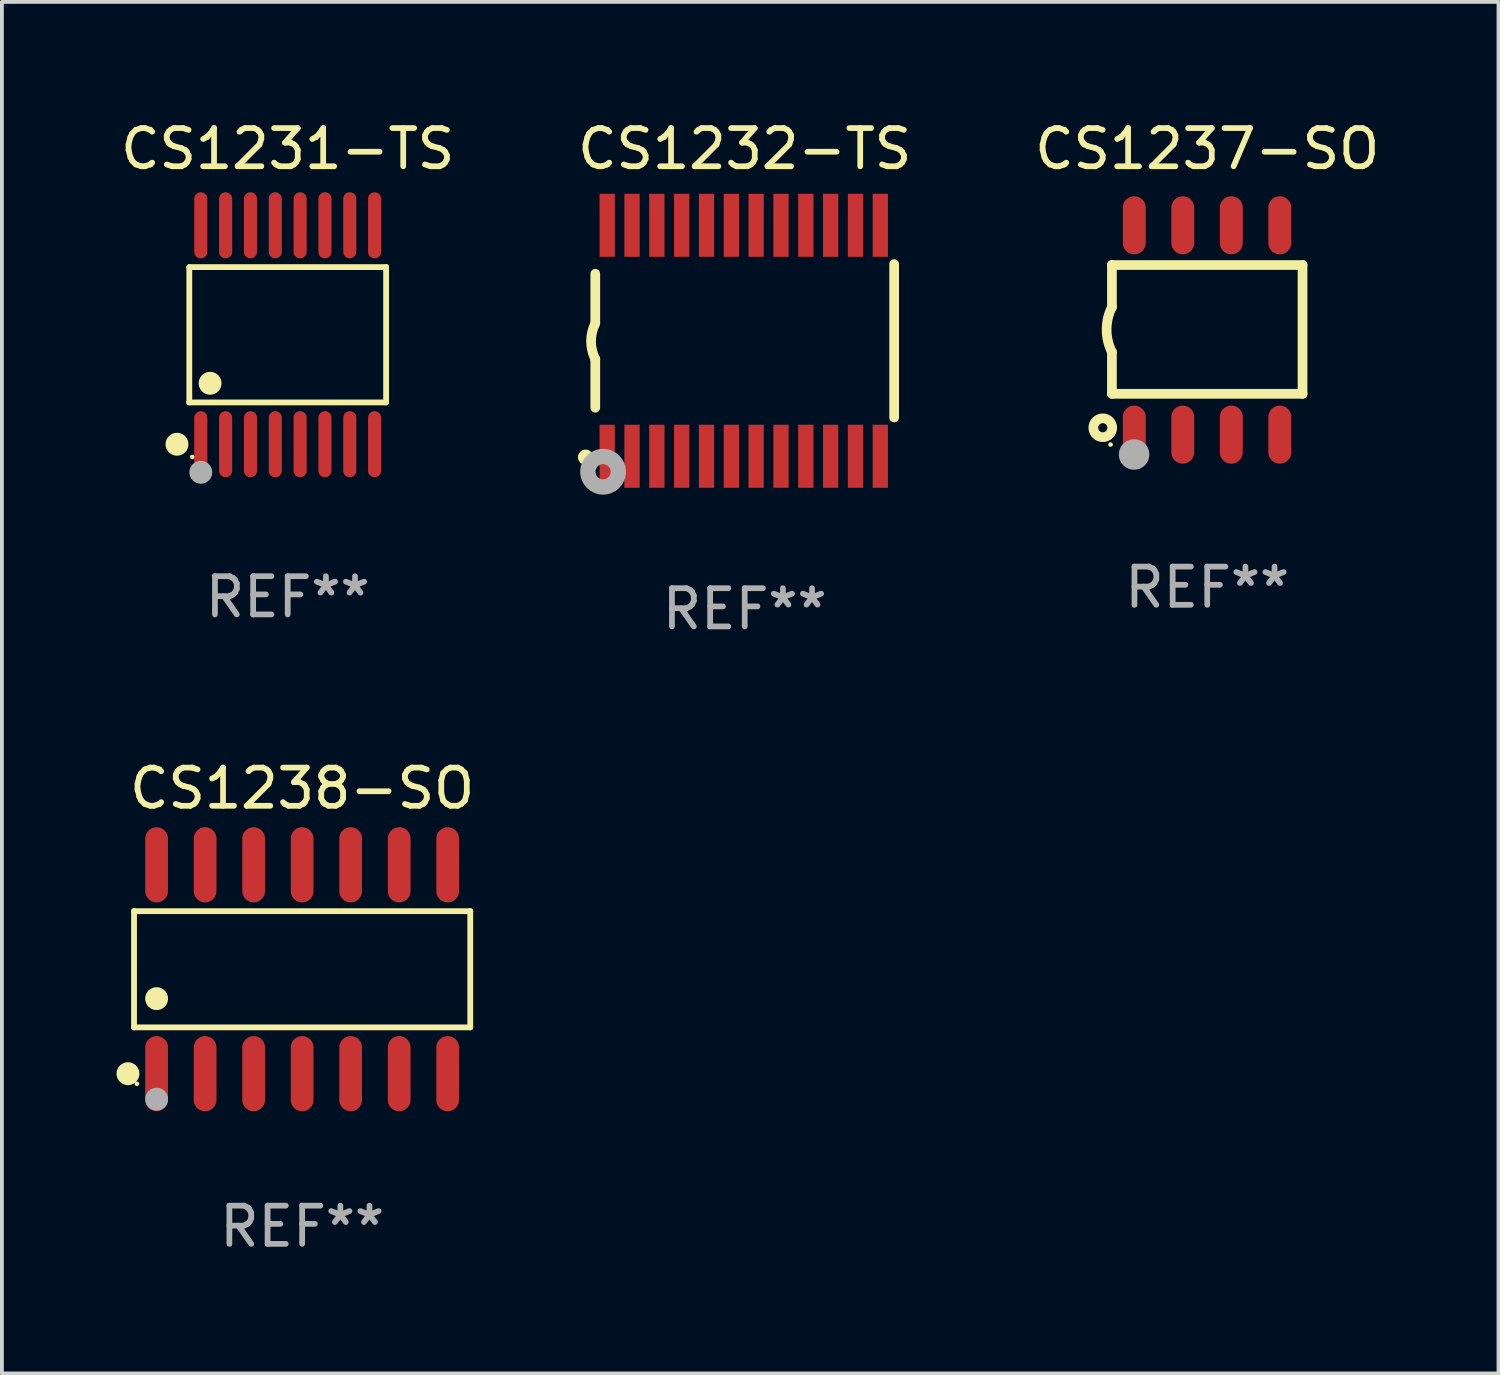
<source format=kicad_pcb>
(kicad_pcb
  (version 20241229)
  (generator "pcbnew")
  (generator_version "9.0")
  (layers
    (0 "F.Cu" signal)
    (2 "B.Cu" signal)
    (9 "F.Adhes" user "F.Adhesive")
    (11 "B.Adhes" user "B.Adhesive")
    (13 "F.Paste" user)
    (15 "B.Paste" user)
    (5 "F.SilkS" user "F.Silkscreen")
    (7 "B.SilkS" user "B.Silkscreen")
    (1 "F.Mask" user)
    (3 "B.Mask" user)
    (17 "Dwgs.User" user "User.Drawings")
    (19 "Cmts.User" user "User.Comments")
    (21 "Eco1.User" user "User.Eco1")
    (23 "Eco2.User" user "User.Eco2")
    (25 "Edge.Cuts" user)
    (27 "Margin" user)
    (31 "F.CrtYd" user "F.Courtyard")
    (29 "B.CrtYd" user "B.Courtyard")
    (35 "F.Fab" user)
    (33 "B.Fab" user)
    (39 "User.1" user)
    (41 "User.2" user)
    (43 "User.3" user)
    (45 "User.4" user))
  (footprint "CS1231-TS"
    (layer "F.Cu")
    (at 4.482 5.714)
    (property "Reference" "CS1231-TS" (at 0 -4.866 0) (layer "F.SilkS") (effects (font (size 1 1) (thickness 0.15))))
    (attr through_hole)
    (fp_line (start -2.576 -1.772) (end 2.576 -1.772) (stroke (width 0.152) (type solid)) (layer "F.SilkS"))
    (fp_line (start -2.576 1.771) (end -2.576 -1.772) (stroke (width 0.152) (type solid)) (layer "F.SilkS"))
    (fp_line (start 2.576 -1.772) (end 2.576 1.771) (stroke (width 0.152) (type solid)) (layer "F.SilkS"))
    (fp_line (start 2.576 1.771) (end -2.576 1.771) (stroke (width 0.152) (type solid)) (layer "F.SilkS"))
    (fp_circle (center -2.899 2.866) (end -2.749 2.866) (stroke (width 0.3) (type solid)) (fill no) (layer "F.SilkS"))
    (fp_circle (center -2.5 3.2) (end -2.47 3.2) (stroke (width 0.06) (type solid)) (fill no) (layer "F.SilkS"))
    (fp_circle (center -2.032 1.27) (end -1.882 1.27) (stroke (width 0.3) (type solid)) (fill no) (layer "F.SilkS"))
    (fp_circle (center -2.275 3.6) (end -2.125 3.6) (stroke (width 0.3) (type solid)) (fill no) (layer "F.Fab"))
    (fp_text user "REF**" (at 0 6.866 0) (layer "F.Fab") (effects (font (size 1 1) (thickness 0.15))))
    (pad "1" smd oval (at -2.275 2.866) (size 0.343 1.731) (layers "F.Cu" "F.Mask" "F.Paste"))
    (pad "2" smd oval (at -1.625 2.866) (size 0.343 1.731) (layers "F.Cu" "F.Mask" "F.Paste"))
    (pad "3" smd oval (at -0.975 2.866) (size 0.343 1.731) (layers "F.Cu" "F.Mask" "F.Paste"))
    (pad "4" smd oval (at -0.325 2.866) (size 0.343 1.731) (layers "F.Cu" "F.Mask" "F.Paste"))
    (pad "5" smd oval (at 0.325 2.866) (size 0.343 1.731) (layers "F.Cu" "F.Mask" "F.Paste"))
    (pad "6" smd oval (at 0.975 2.866) (size 0.343 1.731) (layers "F.Cu" "F.Mask" "F.Paste"))
    (pad "7" smd oval (at 1.625 2.866) (size 0.343 1.731) (layers "F.Cu" "F.Mask" "F.Paste"))
    (pad "8" smd oval (at 2.275 2.866) (size 0.343 1.731) (layers "F.Cu" "F.Mask" "F.Paste"))
    (pad "9" smd oval (at 2.275 -2.866) (size 0.343 1.731) (layers "F.Cu" "F.Mask" "F.Paste"))
    (pad "10" smd oval (at 1.625 -2.866) (size 0.343 1.731) (layers "F.Cu" "F.Mask" "F.Paste"))
    (pad "11" smd oval (at 0.975 -2.866) (size 0.343 1.731) (layers "F.Cu" "F.Mask" "F.Paste"))
    (pad "12" smd oval (at 0.325 -2.866) (size 0.343 1.731) (layers "F.Cu" "F.Mask" "F.Paste"))
    (pad "13" smd oval (at -0.325 -2.866) (size 0.343 1.731) (layers "F.Cu" "F.Mask" "F.Paste"))
    (pad "14" smd oval (at -0.975 -2.866) (size 0.343 1.731) (layers "F.Cu" "F.Mask" "F.Paste"))
    (pad "15" smd oval (at -1.625 -2.866) (size 0.343 1.731) (layers "F.Cu" "F.Mask" "F.Paste"))
    (pad "16" smd oval (at -2.275 -2.866) (size 0.343 1.731) (layers "F.Cu" "F.Mask" "F.Paste")))
  (footprint "CS1238-SO"
    (layer "F.Cu")
    (at 4.86 22.324)
    (property "Reference" "CS1238-SO" (at 0 -4.734 0) (layer "F.SilkS") (effects (font (size 1 1) (thickness 0.15))))
    (attr through_hole)
    (fp_line (start -4.401 -1.521) (end 4.401 -1.521) (stroke (width 0.152) (type solid)) (layer "F.SilkS"))
    (fp_line (start -4.401 1.521) (end -4.401 -1.521) (stroke (width 0.152) (type solid)) (layer "F.SilkS"))
    (fp_line (start 4.401 -1.521) (end 4.401 1.521) (stroke (width 0.152) (type solid)) (layer "F.SilkS"))
    (fp_line (start 4.401 1.521) (end -4.401 1.521) (stroke (width 0.152) (type solid)) (layer "F.SilkS"))
    (fp_circle (center -4.56 2.734) (end -4.41 2.734) (stroke (width 0.3) (type solid)) (fill no) (layer "F.SilkS"))
    (fp_circle (center -4.325 3) (end -4.295 3) (stroke (width 0.06) (type solid)) (fill no) (layer "F.SilkS"))
    (fp_circle (center -3.81 0.769) (end -3.66 0.769) (stroke (width 0.3) (type solid)) (fill no) (layer "F.SilkS"))
    (fp_circle (center -3.81 3.4) (end -3.66 3.4) (stroke (width 0.3) (type solid)) (fill no) (layer "F.Fab"))
    (fp_text user "REF**" (at 0 6.734 0) (layer "F.Fab") (effects (font (size 1 1) (thickness 0.15))))
    (pad "1" smd oval (at -3.81 2.734) (size 0.595 1.968) (layers "F.Cu" "F.Mask" "F.Paste"))
    (pad "2" smd oval (at -2.54 2.734) (size 0.595 1.968) (layers "F.Cu" "F.Mask" "F.Paste"))
    (pad "3" smd oval (at -1.27 2.734) (size 0.595 1.968) (layers "F.Cu" "F.Mask" "F.Paste"))
    (pad "4" smd oval (at 0 2.734) (size 0.595 1.968) (layers "F.Cu" "F.Mask" "F.Paste"))
    (pad "5" smd oval (at 1.27 2.734) (size 0.595 1.968) (layers "F.Cu" "F.Mask" "F.Paste"))
    (pad "6" smd oval (at 2.54 2.734) (size 0.595 1.968) (layers "F.Cu" "F.Mask" "F.Paste"))
    (pad "7" smd oval (at 3.81 2.734) (size 0.595 1.968) (layers "F.Cu" "F.Mask" "F.Paste"))
    (pad "8" smd oval (at 3.81 -2.734) (size 0.595 1.968) (layers "F.Cu" "F.Mask" "F.Paste"))
    (pad "9" smd oval (at 2.54 -2.734) (size 0.595 1.968) (layers "F.Cu" "F.Mask" "F.Paste"))
    (pad "10" smd oval (at 1.27 -2.734) (size 0.595 1.968) (layers "F.Cu" "F.Mask" "F.Paste"))
    (pad "11" smd oval (at 0 -2.734) (size 0.595 1.968) (layers "F.Cu" "F.Mask" "F.Paste"))
    (pad "12" smd oval (at -1.27 -2.734) (size 0.595 1.968) (layers "F.Cu" "F.Mask" "F.Paste"))
    (pad "13" smd oval (at -2.54 -2.734) (size 0.595 1.968) (layers "F.Cu" "F.Mask" "F.Paste"))
    (pad "14" smd oval (at -3.81 -2.734) (size 0.595 1.968) (layers "F.Cu" "F.Mask" "F.Paste")))
  (footprint "CS1232-TS"
    (layer "F.Cu")
    (at 16.446 5.871)
    (property "Reference" "CS1232-TS" (at 0 -5.023 0) (layer "F.SilkS") (effects (font (size 1 1) (thickness 0.15))))
    (attr through_hole)
    (fp_line (start -3.912 -0.483) (end -3.912 -1.753) (stroke (width 0.254) (type solid)) (layer "F.SilkS"))
    (fp_line (start -3.912 1.753) (end -3.912 0.483) (stroke (width 0.254) (type solid)) (layer "F.SilkS"))
    (fp_line (start 3.912 -2.007) (end 3.912 2.007) (stroke (width 0.254) (type solid)) (layer "F.SilkS"))
    (fp_arc (start -3.911608 0.482601) (mid -4.022537 0.0127) (end -3.911608 -0.457201) (stroke (width 0.254001) (type solid)) (layer "F.SilkS"))
    (fp_circle (center -4.166 3.048) (end -4.066 3.048) (stroke (width 0.2) (type solid)) (fill no) (layer "F.SilkS"))
    (fp_circle (center -3.925 3.186) (end -3.895 3.186) (stroke (width 0.06) (type solid)) (fill no) (layer "F.SilkS"))
    (fp_circle (center -3.708 3.429) (end -3.509 3.429) (stroke (width 0.4) (type solid)) (fill no) (layer "F.Fab"))
    (fp_text user "REF**" (at 0 7.023 0) (layer "F.Fab") (effects (font (size 1 1) (thickness 0.15))))
    (pad "1" smd rect (at -3.6 3.023) (size 0.4 1.65) (layers "F.Cu" "F.Mask" "F.Paste"))
    (pad "2" smd rect (at -2.95 3.023) (size 0.4 1.65) (layers "F.Cu" "F.Mask" "F.Paste"))
    (pad "3" smd rect (at -2.3 3.023) (size 0.4 1.65) (layers "F.Cu" "F.Mask" "F.Paste"))
    (pad "4" smd rect (at -1.65 3.023) (size 0.4 1.65) (layers "F.Cu" "F.Mask" "F.Paste"))
    (pad "5" smd rect (at -1 3.023) (size 0.4 1.65) (layers "F.Cu" "F.Mask" "F.Paste"))
    (pad "6" smd rect (at -0.35 3.023) (size 0.4 1.65) (layers "F.Cu" "F.Mask" "F.Paste"))
    (pad "7" smd rect (at 0.299 3.023) (size 0.4 1.65) (layers "F.Cu" "F.Mask" "F.Paste"))
    (pad "8" smd rect (at 0.95 3.023) (size 0.4 1.65) (layers "F.Cu" "F.Mask" "F.Paste"))
    (pad "9" smd rect (at 1.6 3.023) (size 0.4 1.65) (layers "F.Cu" "F.Mask" "F.Paste"))
    (pad "10" smd rect (at 2.25 3.023) (size 0.4 1.65) (layers "F.Cu" "F.Mask" "F.Paste"))
    (pad "11" smd rect (at 2.9 3.023) (size 0.4 1.65) (layers "F.Cu" "F.Mask" "F.Paste"))
    (pad "12" smd rect (at 3.549 3.023) (size 0.4 1.65) (layers "F.Cu" "F.Mask" "F.Paste"))
    (pad "13" smd rect (at 3.549 -3.023) (size 0.4 1.65) (layers "F.Cu" "F.Mask" "F.Paste"))
    (pad "14" smd rect (at 2.9 -3.023) (size 0.4 1.65) (layers "F.Cu" "F.Mask" "F.Paste"))
    (pad "15" smd rect (at 2.25 -3.023) (size 0.4 1.65) (layers "F.Cu" "F.Mask" "F.Paste"))
    (pad "16" smd rect (at 1.6 -3.023) (size 0.4 1.65) (layers "F.Cu" "F.Mask" "F.Paste"))
    (pad "17" smd rect (at 0.95 -3.023) (size 0.4 1.65) (layers "F.Cu" "F.Mask" "F.Paste"))
    (pad "18" smd rect (at 0.299 -3.023) (size 0.4 1.65) (layers "F.Cu" "F.Mask" "F.Paste"))
    (pad "19" smd rect (at -0.35 -3.023) (size 0.4 1.65) (layers "F.Cu" "F.Mask" "F.Paste"))
    (pad "20" smd rect (at -1 -3.023) (size 0.4 1.65) (layers "F.Cu" "F.Mask" "F.Paste"))
    (pad "21" smd rect (at -1.65 -3.023) (size 0.4 1.65) (layers "F.Cu" "F.Mask" "F.Paste"))
    (pad "22" smd rect (at -2.3 -3.023) (size 0.4 1.65) (layers "F.Cu" "F.Mask" "F.Paste"))
    (pad "23" smd rect (at -2.95 -3.023) (size 0.4 1.65) (layers "F.Cu" "F.Mask" "F.Paste"))
    (pad "24" smd rect (at -3.6 -3.023) (size 0.4 1.65) (layers "F.Cu" "F.Mask" "F.Paste")))
  (footprint "CS1237-SO"
    (layer "F.Cu")
    (at 28.554 5.588)
    (property "Reference" "CS1237-SO" (at 0 -4.74 0) (layer "F.SilkS") (effects (font (size 1 1) (thickness 0.15))))
    (attr through_hole)
    (fp_line (start -2.495 -1.7) (end 2.495 -1.7) (stroke (width 0.254) (type solid)) (layer "F.SilkS"))
    (fp_line (start -2.495 -0.6) (end -2.495 -1.7) (stroke (width 0.254) (type solid)) (layer "F.SilkS"))
    (fp_line (start -2.495 1.671) (end -2.495 0.58) (stroke (width 0.254) (type solid)) (layer "F.SilkS"))
    (fp_line (start 2.495 -1.7) (end 2.495 1.671) (stroke (width 0.254) (type solid)) (layer "F.SilkS"))
    (fp_line (start 2.495 1.671) (end -2.495 1.671) (stroke (width 0.254) (type solid)) (layer "F.SilkS"))
    (fp_arc (start -2.495009 0.580061) (mid -2.634112 -0.009944) (end -2.495009 -0.599949) (stroke (width 0.254001) (type solid)) (layer "F.SilkS"))
    (fp_circle (center -2.735 2.56) (end -2.615 2.56) (stroke (width 0.254) (type solid)) (fill no) (layer "F.SilkS"))
    (fp_circle (center -2.53 3) (end -2.5 3) (stroke (width 0.06) (type solid)) (fill no) (layer "F.SilkS"))
    (fp_circle (center -1.915 3.26) (end -1.715 3.26) (stroke (width 0.4) (type solid)) (fill no) (layer "F.Fab"))
    (fp_text user "REF**" (at 0 6.74 0) (layer "F.Fab") (effects (font (size 1 1) (thickness 0.15))))
    (pad "1" smd oval (at -1.91 2.74) (size 0.6 1.52) (layers "F.Cu" "F.Mask" "F.Paste"))
    (pad "2" smd oval (at -0.64 2.74) (size 0.6 1.52) (layers "F.Cu" "F.Mask" "F.Paste"))
    (pad "3" smd oval (at 0.63 2.74) (size 0.6 1.52) (layers "F.Cu" "F.Mask" "F.Paste"))
    (pad "4" smd oval (at 1.9 2.74) (size 0.6 1.52) (layers "F.Cu" "F.Mask" "F.Paste"))
    (pad "5" smd oval (at 1.9 -2.74) (size 0.6 1.52) (layers "F.Cu" "F.Mask" "F.Paste"))
    (pad "6" smd oval (at 0.63 -2.74) (size 0.6 1.52) (layers "F.Cu" "F.Mask" "F.Paste"))
    (pad "7" smd oval (at -0.64 -2.74) (size 0.6 1.52) (layers "F.Cu" "F.Mask" "F.Paste"))
    (pad "8" smd oval (at -1.91 -2.74) (size 0.6 1.52) (layers "F.Cu" "F.Mask" "F.Paste")))
  (gr_rect
    (start -3 -3)
    (end 36.179 32.906)
    (stroke (width 0.1) (type default))
    (fill no)
    (layer "Edge.Cuts")))
</source>
